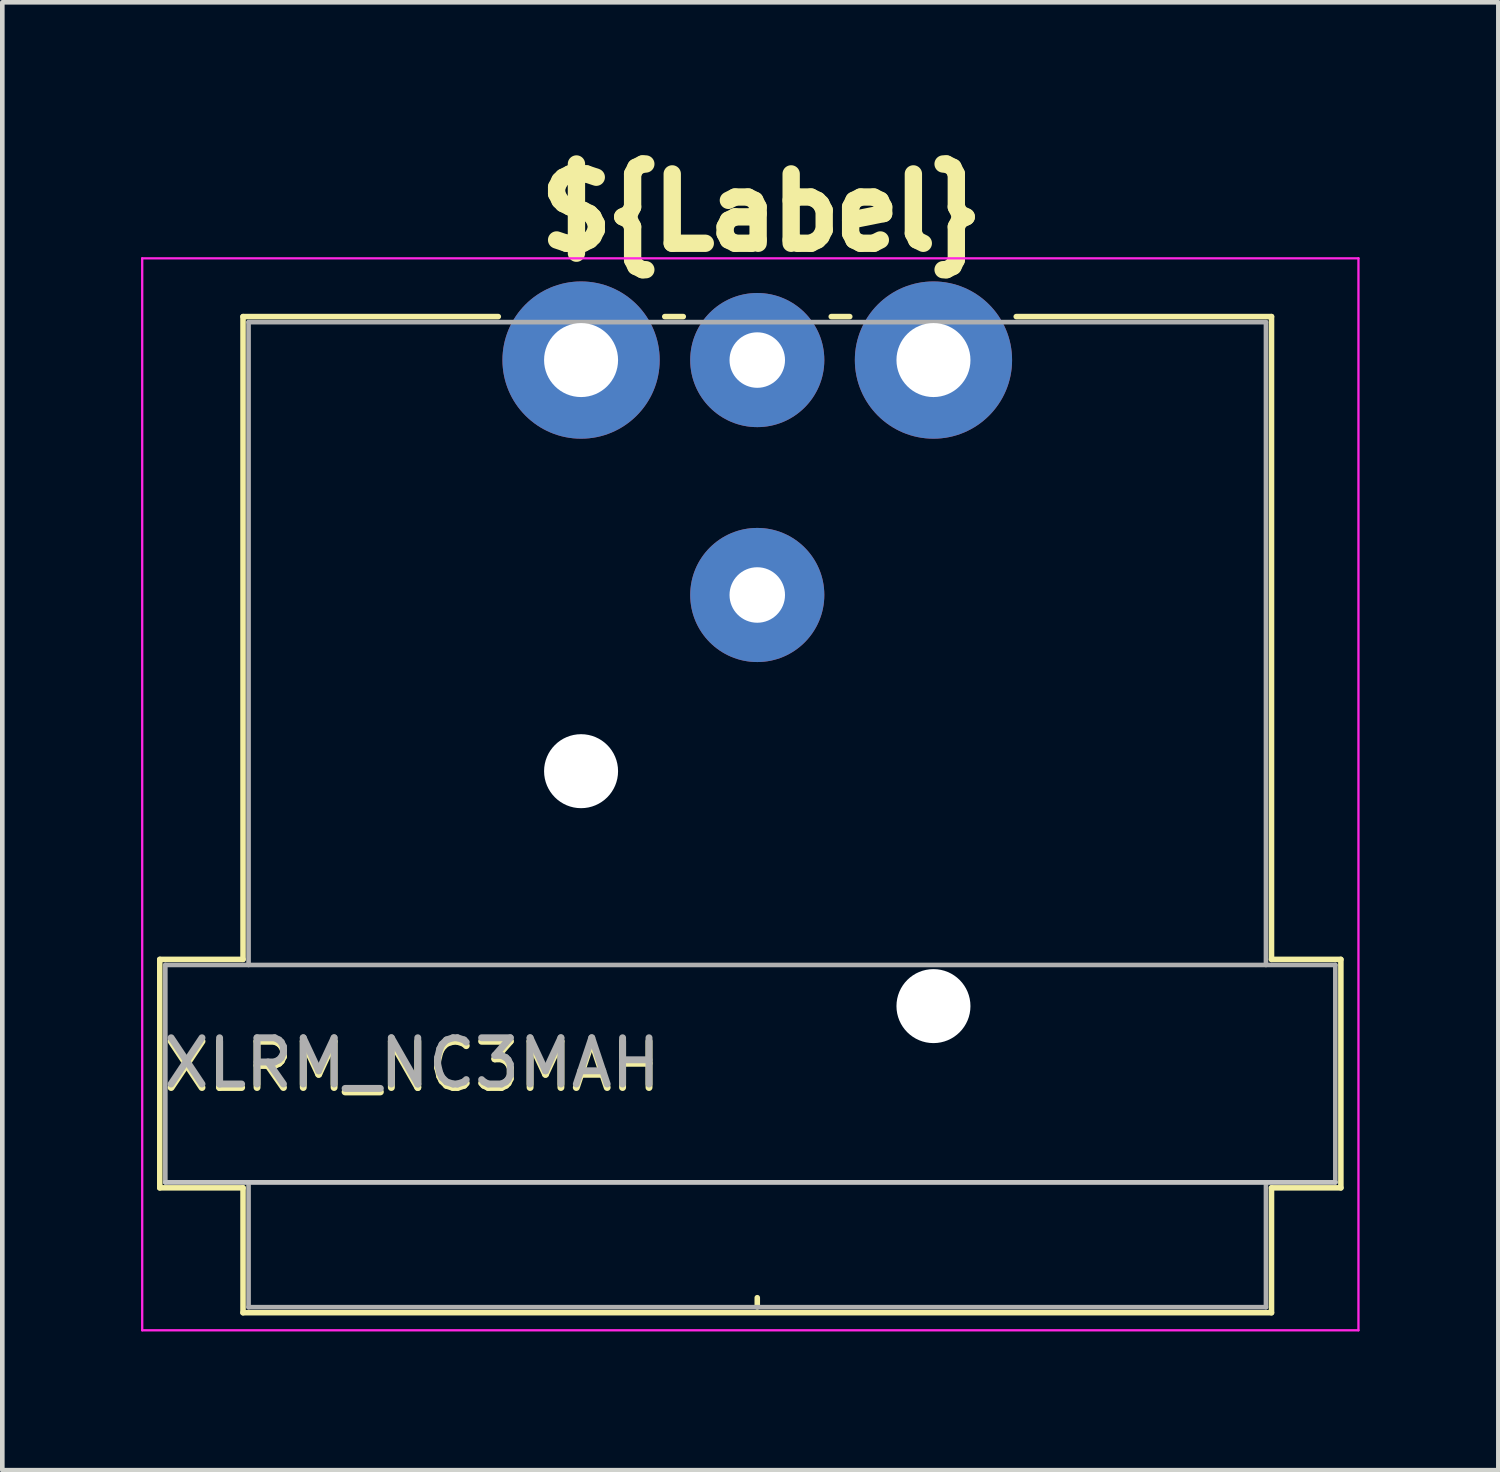
<source format=kicad_pcb>
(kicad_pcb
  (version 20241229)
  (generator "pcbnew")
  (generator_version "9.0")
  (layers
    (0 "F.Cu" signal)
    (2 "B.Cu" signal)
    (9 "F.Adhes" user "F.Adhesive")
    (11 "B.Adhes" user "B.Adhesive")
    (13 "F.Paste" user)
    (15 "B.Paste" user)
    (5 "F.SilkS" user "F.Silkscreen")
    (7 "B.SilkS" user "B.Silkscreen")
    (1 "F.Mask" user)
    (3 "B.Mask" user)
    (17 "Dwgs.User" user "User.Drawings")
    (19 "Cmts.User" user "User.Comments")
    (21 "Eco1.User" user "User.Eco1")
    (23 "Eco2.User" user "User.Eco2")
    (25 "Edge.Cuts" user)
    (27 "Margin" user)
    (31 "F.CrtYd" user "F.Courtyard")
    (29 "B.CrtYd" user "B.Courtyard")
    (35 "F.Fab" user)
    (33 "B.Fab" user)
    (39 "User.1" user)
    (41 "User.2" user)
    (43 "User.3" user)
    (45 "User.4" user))
  (footprint "XLRM_NC3MAH"
    (layer "F.Cu")
    (at 9.515 4.736)
    (property "Reference" "XLRM_NC3MAH" (at -3.65 15.275 0) (layer "F.SilkS") (effects (font (size 1 1) (thickness 0.15))))
    (attr through_hole)
    (fp_line (start -9.11 12.96) (end -7.31 12.96) (stroke (width 0.12) (type solid)) (layer "F.SilkS"))
    (fp_line (start -9.11 17.9) (end -9.11 12.96) (stroke (width 0.12) (type solid)) (layer "F.SilkS"))
    (fp_line (start -7.31 12.96) (end -7.31 -0.94) (stroke (width 0.12) (type solid)) (layer "F.SilkS"))
    (fp_line (start -7.31 17.9) (end -9.11 17.9) (stroke (width 0.12) (type solid)) (layer "F.SilkS"))
    (fp_line (start -7.31 17.9) (end -7.31 20.6) (stroke (width 0.12) (type solid)) (layer "F.SilkS"))
    (fp_line (start -1.79 -0.94) (end -7.31 -0.94) (stroke (width 0.12) (type solid)) (layer "F.SilkS"))
    (fp_line (start 2.21 -0.94) (end 1.81 -0.94) (stroke (width 0.12) (type solid)) (layer "F.SilkS"))
    (fp_line (start 3.81 20.475) (end 3.81 20.275) (stroke (width 0.12) (type solid)) (layer "F.SilkS"))
    (fp_line (start 5.41 -0.94) (end 5.81 -0.94) (stroke (width 0.12) (type solid)) (layer "F.SilkS"))
    (fp_line (start 14.93 -0.94) (end 9.41 -0.94) (stroke (width 0.12) (type solid)) (layer "F.SilkS"))
    (fp_line (start 14.93 12.96) (end 14.93 -0.94) (stroke (width 0.12) (type solid)) (layer "F.SilkS"))
    (fp_line (start 14.93 12.96) (end 16.43 12.96) (stroke (width 0.12) (type solid)) (layer "F.SilkS"))
    (fp_line (start 14.93 17.9) (end 14.93 20.6) (stroke (width 0.12) (type solid)) (layer "F.SilkS"))
    (fp_line (start 14.93 20.6) (end -7.31 20.6) (stroke (width 0.12) (type solid)) (layer "F.SilkS"))
    (fp_line (start 16.43 17.9) (end 14.93 17.9) (stroke (width 0.12) (type solid)) (layer "F.SilkS"))
    (fp_line (start 16.43 17.9) (end 16.43 12.96) (stroke (width 0.12) (type solid)) (layer "F.SilkS"))
    (fp_line (start 16.31 17.78) (end -8.99 17.78) (stroke (width 0.1) (type solid)) (layer "Dwgs.User"))
    (fp_line (start -9.49 20.98) (end -9.49 -2.2) (stroke (width 0.05) (type solid)) (layer "F.CrtYd"))
    (fp_line (start 16.81 -2.2) (end -9.49 -2.2) (stroke (width 0.05) (type solid)) (layer "F.CrtYd"))
    (fp_line (start 16.81 20.98) (end -9.49 20.98) (stroke (width 0.05) (type solid)) (layer "F.CrtYd"))
    (fp_line (start 16.81 20.98) (end 16.81 -2.2) (stroke (width 0.05) (type solid)) (layer "F.CrtYd"))
    (fp_line (start -8.99 13.08) (end 16.31 13.08) (stroke (width 0.1) (type solid)) (layer "F.Fab"))
    (fp_line (start -8.99 17.78) (end -8.99 13.08) (stroke (width 0.1) (type solid)) (layer "F.Fab"))
    (fp_line (start -7.19 -0.82) (end -7.19 13.08) (stroke (width 0.1) (type solid)) (layer "F.Fab"))
    (fp_line (start -7.19 20.48) (end -7.19 17.78) (stroke (width 0.1) (type solid)) (layer "F.Fab"))
    (fp_line (start 14.81 -0.82) (end -7.19 -0.82) (stroke (width 0.1) (type solid)) (layer "F.Fab"))
    (fp_line (start 14.81 13.08) (end 14.81 -0.82) (stroke (width 0.1) (type solid)) (layer "F.Fab"))
    (fp_line (start 14.81 17.78) (end 14.81 20.48) (stroke (width 0.1) (type solid)) (layer "F.Fab"))
    (fp_line (start 14.81 20.48) (end -7.19 20.48) (stroke (width 0.1) (type solid)) (layer "F.Fab"))
    (fp_line (start 16.31 13.08) (end 16.31 17.78) (stroke (width 0.1) (type solid)) (layer "F.Fab"))
    (fp_line (start 16.31 17.78) (end -8.99 17.78) (stroke (width 0.1) (type solid)) (layer "F.Fab"))
    (fp_text user "${Label}" (at 3.9 -3.2 0) (layer "F.SilkS") (effects (font (size 1.5 1.5) (thickness 0.375))))
    (fp_text user "${REFERENCE}" (at -3.65 15.2 0) (layer "F.Fab") (effects (font (size 1 1) (thickness 0.15))))
    (pad "" np_thru_hole circle (at 0 8.89) (size 1.6 1.6) (drill 1.6) (layers "*.Cu" "*.Mask"))
    (pad "" np_thru_hole circle (at 7.62 13.97) (size 1.6 1.6) (drill 1.6) (layers "*.Cu" "*.Mask"))
    (pad "1" thru_hole circle (at 0 0) (size 3.4 3.4) (drill 1.6) (layers "*.Cu" "*.Mask"))
    (pad "2" thru_hole circle (at 7.62 0) (size 3.4 3.4) (drill 1.6) (layers "*.Cu" "*.Mask"))
    (pad "3" thru_hole circle (at 3.81 0) (size 2.9 2.9) (drill 1.2) (layers "*.Cu" "*.Mask"))
    (pad "G" thru_hole circle (at 3.81 5.08) (size 2.9 2.9) (drill 1.2) (layers "*.Cu" "*.Mask")))
  (gr_rect
    (start -3 -3)
    (end 29.35 28.741)
    (stroke (width 0.1) (type default))
    (fill no)
    (layer "Edge.Cuts")))
</source>
